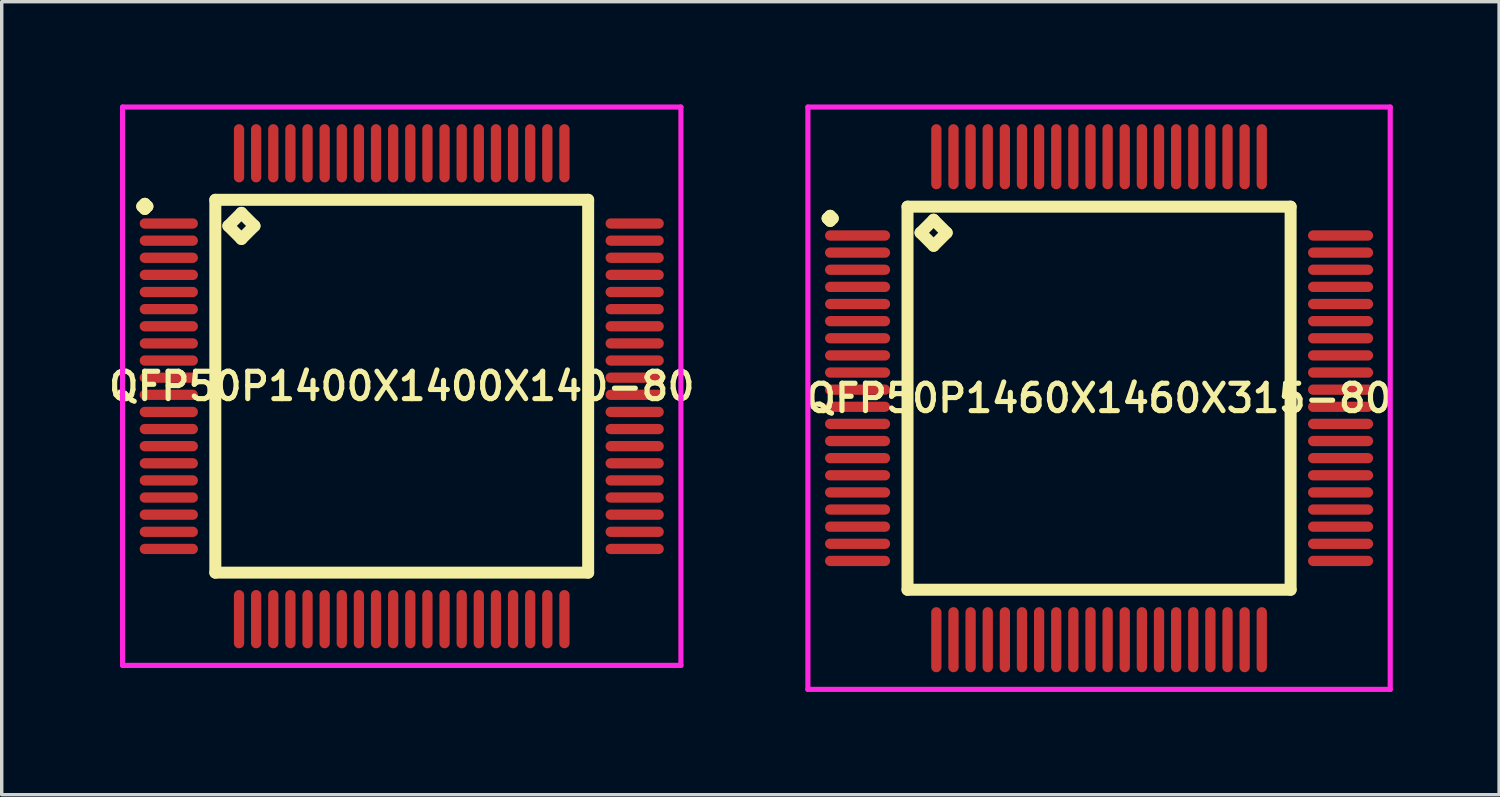
<source format=kicad_pcb>
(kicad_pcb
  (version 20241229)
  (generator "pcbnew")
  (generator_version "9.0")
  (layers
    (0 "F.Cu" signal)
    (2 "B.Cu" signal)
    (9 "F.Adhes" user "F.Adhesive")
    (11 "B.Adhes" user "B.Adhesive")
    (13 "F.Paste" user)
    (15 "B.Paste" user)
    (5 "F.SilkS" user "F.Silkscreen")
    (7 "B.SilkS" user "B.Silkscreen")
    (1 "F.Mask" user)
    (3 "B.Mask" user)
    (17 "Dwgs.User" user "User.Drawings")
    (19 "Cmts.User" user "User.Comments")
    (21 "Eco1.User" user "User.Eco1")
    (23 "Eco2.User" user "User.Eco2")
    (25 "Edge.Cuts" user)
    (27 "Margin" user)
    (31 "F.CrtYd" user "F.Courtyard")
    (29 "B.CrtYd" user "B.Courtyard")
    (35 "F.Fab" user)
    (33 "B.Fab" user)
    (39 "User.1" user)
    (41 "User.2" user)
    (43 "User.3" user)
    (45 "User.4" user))
  (footprint "QFP50P1400X1400X140-80"
    (layer "F.Cu")
    (at 8.678 8.225)
    (property "Reference" "QFP50P1400X1400X140-80" (at 0 0 0) (layer "F.SilkS") (effects (font (size 0.8 0.8) (thickness 0.15))))
    (attr smd)
    (fp_line (start -7.575 -5.25) (end -7.5 -5.325) (stroke (width 0.35) (type solid)) (layer "F.SilkS"))
    (fp_line (start -7.5 -5.325) (end -7.425 -5.25) (stroke (width 0.35) (type solid)) (layer "F.SilkS"))
    (fp_line (start -7.5 -5.175) (end -7.575 -5.25) (stroke (width 0.35) (type solid)) (layer "F.SilkS"))
    (fp_line (start -7.425 -5.25) (end -7.5 -5.175) (stroke (width 0.35) (type solid)) (layer "F.SilkS"))
    (fp_line (start -5.442 -5.442) (end -5.442 5.442) (stroke (width 0.35) (type solid)) (layer "F.SilkS"))
    (fp_line (start -5.442 5.442) (end 5.442 5.442) (stroke (width 0.35) (type solid)) (layer "F.SilkS"))
    (fp_line (start -5.061 -4.68) (end -4.68 -5.061) (stroke (width 0.35) (type solid)) (layer "F.SilkS"))
    (fp_line (start -4.68 -5.061) (end -4.299 -4.68) (stroke (width 0.35) (type solid)) (layer "F.SilkS"))
    (fp_line (start -4.68 -4.299) (end -5.061 -4.68) (stroke (width 0.35) (type solid)) (layer "F.SilkS"))
    (fp_line (start -4.299 -4.68) (end -4.68 -4.299) (stroke (width 0.35) (type solid)) (layer "F.SilkS"))
    (fp_line (start 5.442 -5.442) (end -5.442 -5.442) (stroke (width 0.35) (type solid)) (layer "F.SilkS"))
    (fp_line (start 5.442 5.442) (end 5.442 -5.442) (stroke (width 0.35) (type solid)) (layer "F.SilkS"))
    (fp_line (start -8.15 -8.15) (end 8.15 -8.15) (stroke (width 0.15) (type solid)) (layer "F.CrtYd"))
    (fp_line (start -8.15 8.15) (end -8.15 -8.15) (stroke (width 0.15) (type solid)) (layer "F.CrtYd"))
    (fp_line (start 8.15 -8.15) (end 8.15 8.15) (stroke (width 0.15) (type solid)) (layer "F.CrtYd"))
    (fp_line (start 8.15 8.15) (end -8.15 8.15) (stroke (width 0.15) (type solid)) (layer "F.CrtYd"))
    (pad "1" smd oval (at -6.8 -4.75) (size 1.7 0.3) (layers "F.Cu" "F.Mask" "F.Paste"))
    (pad "2" smd oval (at -6.8 -4.25) (size 1.7 0.3) (layers "F.Cu" "F.Mask" "F.Paste"))
    (pad "3" smd oval (at -6.8 -3.75) (size 1.7 0.3) (layers "F.Cu" "F.Mask" "F.Paste"))
    (pad "4" smd oval (at -6.8 -3.25) (size 1.7 0.3) (layers "F.Cu" "F.Mask" "F.Paste"))
    (pad "5" smd oval (at -6.8 -2.75) (size 1.7 0.3) (layers "F.Cu" "F.Mask" "F.Paste"))
    (pad "6" smd oval (at -6.8 -2.25) (size 1.7 0.3) (layers "F.Cu" "F.Mask" "F.Paste"))
    (pad "7" smd oval (at -6.8 -1.75) (size 1.7 0.3) (layers "F.Cu" "F.Mask" "F.Paste"))
    (pad "8" smd oval (at -6.8 -1.25) (size 1.7 0.3) (layers "F.Cu" "F.Mask" "F.Paste"))
    (pad "9" smd oval (at -6.8 -0.75) (size 1.7 0.3) (layers "F.Cu" "F.Mask" "F.Paste"))
    (pad "10" smd oval (at -6.8 -0.25) (size 1.7 0.3) (layers "F.Cu" "F.Mask" "F.Paste"))
    (pad "11" smd oval (at -6.8 0.25) (size 1.7 0.3) (layers "F.Cu" "F.Mask" "F.Paste"))
    (pad "12" smd oval (at -6.8 0.75) (size 1.7 0.3) (layers "F.Cu" "F.Mask" "F.Paste"))
    (pad "13" smd oval (at -6.8 1.25) (size 1.7 0.3) (layers "F.Cu" "F.Mask" "F.Paste"))
    (pad "14" smd oval (at -6.8 1.75) (size 1.7 0.3) (layers "F.Cu" "F.Mask" "F.Paste"))
    (pad "15" smd oval (at -6.8 2.25) (size 1.7 0.3) (layers "F.Cu" "F.Mask" "F.Paste"))
    (pad "16" smd oval (at -6.8 2.75) (size 1.7 0.3) (layers "F.Cu" "F.Mask" "F.Paste"))
    (pad "17" smd oval (at -6.8 3.25) (size 1.7 0.3) (layers "F.Cu" "F.Mask" "F.Paste"))
    (pad "18" smd oval (at -6.8 3.75) (size 1.7 0.3) (layers "F.Cu" "F.Mask" "F.Paste"))
    (pad "19" smd oval (at -6.8 4.25) (size 1.7 0.3) (layers "F.Cu" "F.Mask" "F.Paste"))
    (pad "20" smd oval (at -6.8 4.75) (size 1.7 0.3) (layers "F.Cu" "F.Mask" "F.Paste"))
    (pad "21" smd oval (at -4.75 6.8) (size 0.3 1.7) (layers "F.Cu" "F.Mask" "F.Paste"))
    (pad "22" smd oval (at -4.25 6.8) (size 0.3 1.7) (layers "F.Cu" "F.Mask" "F.Paste"))
    (pad "23" smd oval (at -3.75 6.8) (size 0.3 1.7) (layers "F.Cu" "F.Mask" "F.Paste"))
    (pad "24" smd oval (at -3.25 6.8) (size 0.3 1.7) (layers "F.Cu" "F.Mask" "F.Paste"))
    (pad "25" smd oval (at -2.75 6.8) (size 0.3 1.7) (layers "F.Cu" "F.Mask" "F.Paste"))
    (pad "26" smd oval (at -2.25 6.8) (size 0.3 1.7) (layers "F.Cu" "F.Mask" "F.Paste"))
    (pad "27" smd oval (at -1.75 6.8) (size 0.3 1.7) (layers "F.Cu" "F.Mask" "F.Paste"))
    (pad "28" smd oval (at -1.25 6.8) (size 0.3 1.7) (layers "F.Cu" "F.Mask" "F.Paste"))
    (pad "29" smd oval (at -0.75 6.8) (size 0.3 1.7) (layers "F.Cu" "F.Mask" "F.Paste"))
    (pad "30" smd oval (at -0.25 6.8) (size 0.3 1.7) (layers "F.Cu" "F.Mask" "F.Paste"))
    (pad "31" smd oval (at 0.25 6.8) (size 0.3 1.7) (layers "F.Cu" "F.Mask" "F.Paste"))
    (pad "32" smd oval (at 0.75 6.8) (size 0.3 1.7) (layers "F.Cu" "F.Mask" "F.Paste"))
    (pad "33" smd oval (at 1.25 6.8) (size 0.3 1.7) (layers "F.Cu" "F.Mask" "F.Paste"))
    (pad "34" smd oval (at 1.75 6.8) (size 0.3 1.7) (layers "F.Cu" "F.Mask" "F.Paste"))
    (pad "35" smd oval (at 2.25 6.8) (size 0.3 1.7) (layers "F.Cu" "F.Mask" "F.Paste"))
    (pad "36" smd oval (at 2.75 6.8) (size 0.3 1.7) (layers "F.Cu" "F.Mask" "F.Paste"))
    (pad "37" smd oval (at 3.25 6.8) (size 0.3 1.7) (layers "F.Cu" "F.Mask" "F.Paste"))
    (pad "38" smd oval (at 3.75 6.8) (size 0.3 1.7) (layers "F.Cu" "F.Mask" "F.Paste"))
    (pad "39" smd oval (at 4.25 6.8) (size 0.3 1.7) (layers "F.Cu" "F.Mask" "F.Paste"))
    (pad "40" smd oval (at 4.75 6.8) (size 0.3 1.7) (layers "F.Cu" "F.Mask" "F.Paste"))
    (pad "41" smd oval (at 6.8 4.75) (size 1.7 0.3) (layers "F.Cu" "F.Mask" "F.Paste"))
    (pad "42" smd oval (at 6.8 4.25) (size 1.7 0.3) (layers "F.Cu" "F.Mask" "F.Paste"))
    (pad "43" smd oval (at 6.8 3.75) (size 1.7 0.3) (layers "F.Cu" "F.Mask" "F.Paste"))
    (pad "44" smd oval (at 6.8 3.25) (size 1.7 0.3) (layers "F.Cu" "F.Mask" "F.Paste"))
    (pad "45" smd oval (at 6.8 2.75) (size 1.7 0.3) (layers "F.Cu" "F.Mask" "F.Paste"))
    (pad "46" smd oval (at 6.8 2.25) (size 1.7 0.3) (layers "F.Cu" "F.Mask" "F.Paste"))
    (pad "47" smd oval (at 6.8 1.75) (size 1.7 0.3) (layers "F.Cu" "F.Mask" "F.Paste"))
    (pad "48" smd oval (at 6.8 1.25) (size 1.7 0.3) (layers "F.Cu" "F.Mask" "F.Paste"))
    (pad "49" smd oval (at 6.8 0.75) (size 1.7 0.3) (layers "F.Cu" "F.Mask" "F.Paste"))
    (pad "50" smd oval (at 6.8 0.25) (size 1.7 0.3) (layers "F.Cu" "F.Mask" "F.Paste"))
    (pad "51" smd oval (at 6.8 -0.25) (size 1.7 0.3) (layers "F.Cu" "F.Mask" "F.Paste"))
    (pad "52" smd oval (at 6.8 -0.75) (size 1.7 0.3) (layers "F.Cu" "F.Mask" "F.Paste"))
    (pad "53" smd oval (at 6.8 -1.25) (size 1.7 0.3) (layers "F.Cu" "F.Mask" "F.Paste"))
    (pad "54" smd oval (at 6.8 -1.75) (size 1.7 0.3) (layers "F.Cu" "F.Mask" "F.Paste"))
    (pad "55" smd oval (at 6.8 -2.25) (size 1.7 0.3) (layers "F.Cu" "F.Mask" "F.Paste"))
    (pad "56" smd oval (at 6.8 -2.75) (size 1.7 0.3) (layers "F.Cu" "F.Mask" "F.Paste"))
    (pad "57" smd oval (at 6.8 -3.25) (size 1.7 0.3) (layers "F.Cu" "F.Mask" "F.Paste"))
    (pad "58" smd oval (at 6.8 -3.75) (size 1.7 0.3) (layers "F.Cu" "F.Mask" "F.Paste"))
    (pad "59" smd oval (at 6.8 -4.25) (size 1.7 0.3) (layers "F.Cu" "F.Mask" "F.Paste"))
    (pad "60" smd oval (at 6.8 -4.75) (size 1.7 0.3) (layers "F.Cu" "F.Mask" "F.Paste"))
    (pad "61" smd oval (at 4.75 -6.8) (size 0.3 1.7) (layers "F.Cu" "F.Mask" "F.Paste"))
    (pad "62" smd oval (at 4.25 -6.8) (size 0.3 1.7) (layers "F.Cu" "F.Mask" "F.Paste"))
    (pad "63" smd oval (at 3.75 -6.8) (size 0.3 1.7) (layers "F.Cu" "F.Mask" "F.Paste"))
    (pad "64" smd oval (at 3.25 -6.8) (size 0.3 1.7) (layers "F.Cu" "F.Mask" "F.Paste"))
    (pad "65" smd oval (at 2.75 -6.8) (size 0.3 1.7) (layers "F.Cu" "F.Mask" "F.Paste"))
    (pad "66" smd oval (at 2.25 -6.8) (size 0.3 1.7) (layers "F.Cu" "F.Mask" "F.Paste"))
    (pad "67" smd oval (at 1.75 -6.8) (size 0.3 1.7) (layers "F.Cu" "F.Mask" "F.Paste"))
    (pad "68" smd oval (at 1.25 -6.8) (size 0.3 1.7) (layers "F.Cu" "F.Mask" "F.Paste"))
    (pad "69" smd oval (at 0.75 -6.8) (size 0.3 1.7) (layers "F.Cu" "F.Mask" "F.Paste"))
    (pad "70" smd oval (at 0.25 -6.8) (size 0.3 1.7) (layers "F.Cu" "F.Mask" "F.Paste"))
    (pad "71" smd oval (at -0.25 -6.8) (size 0.3 1.7) (layers "F.Cu" "F.Mask" "F.Paste"))
    (pad "72" smd oval (at -0.75 -6.8) (size 0.3 1.7) (layers "F.Cu" "F.Mask" "F.Paste"))
    (pad "73" smd oval (at -1.25 -6.8) (size 0.3 1.7) (layers "F.Cu" "F.Mask" "F.Paste"))
    (pad "74" smd oval (at -1.75 -6.8) (size 0.3 1.7) (layers "F.Cu" "F.Mask" "F.Paste"))
    (pad "75" smd oval (at -2.25 -6.8) (size 0.3 1.7) (layers "F.Cu" "F.Mask" "F.Paste"))
    (pad "76" smd oval (at -2.75 -6.8) (size 0.3 1.7) (layers "F.Cu" "F.Mask" "F.Paste"))
    (pad "77" smd oval (at -3.25 -6.8) (size 0.3 1.7) (layers "F.Cu" "F.Mask" "F.Paste"))
    (pad "78" smd oval (at -3.75 -6.8) (size 0.3 1.7) (layers "F.Cu" "F.Mask" "F.Paste"))
    (pad "79" smd oval (at -4.25 -6.8) (size 0.3 1.7) (layers "F.Cu" "F.Mask" "F.Paste"))
    (pad "80" smd oval (at -4.75 -6.8) (size 0.3 1.7) (layers "F.Cu" "F.Mask" "F.Paste")))
  (footprint "QFP50P1460X1460X315-80"
    (layer "F.Cu")
    (at 29.035 8.575)
    (property "Reference" "QFP50P1460X1460X315-80" (at 0 0 0) (layer "F.SilkS") (effects (font (size 0.8 0.8) (thickness 0.15))))
    (attr smd)
    (fp_line (start -7.925 -5.25) (end -7.85 -5.325) (stroke (width 0.35) (type solid)) (layer "F.SilkS"))
    (fp_line (start -7.85 -5.325) (end -7.775 -5.25) (stroke (width 0.35) (type solid)) (layer "F.SilkS"))
    (fp_line (start -7.85 -5.175) (end -7.925 -5.25) (stroke (width 0.35) (type solid)) (layer "F.SilkS"))
    (fp_line (start -7.775 -5.25) (end -7.85 -5.175) (stroke (width 0.35) (type solid)) (layer "F.SilkS"))
    (fp_line (start -5.592 -5.592) (end -5.592 5.592) (stroke (width 0.35) (type solid)) (layer "F.SilkS"))
    (fp_line (start -5.592 5.592) (end 5.592 5.592) (stroke (width 0.35) (type solid)) (layer "F.SilkS"))
    (fp_line (start -5.211 -4.83) (end -4.83 -5.211) (stroke (width 0.35) (type solid)) (layer "F.SilkS"))
    (fp_line (start -4.83 -5.211) (end -4.449 -4.83) (stroke (width 0.35) (type solid)) (layer "F.SilkS"))
    (fp_line (start -4.83 -4.449) (end -5.211 -4.83) (stroke (width 0.35) (type solid)) (layer "F.SilkS"))
    (fp_line (start -4.449 -4.83) (end -4.83 -4.449) (stroke (width 0.35) (type solid)) (layer "F.SilkS"))
    (fp_line (start 5.592 -5.592) (end -5.592 -5.592) (stroke (width 0.35) (type solid)) (layer "F.SilkS"))
    (fp_line (start 5.592 5.592) (end 5.592 -5.592) (stroke (width 0.35) (type solid)) (layer "F.SilkS"))
    (fp_line (start -8.5 -8.5) (end 8.5 -8.5) (stroke (width 0.15) (type solid)) (layer "F.CrtYd"))
    (fp_line (start -8.5 8.5) (end -8.5 -8.5) (stroke (width 0.15) (type solid)) (layer "F.CrtYd"))
    (fp_line (start 8.5 -8.5) (end 8.5 8.5) (stroke (width 0.15) (type solid)) (layer "F.CrtYd"))
    (fp_line (start 8.5 8.5) (end -8.5 8.5) (stroke (width 0.15) (type solid)) (layer "F.CrtYd"))
    (pad "1" smd oval (at -7.05 -4.75) (size 1.9 0.3) (layers "F.Cu" "F.Mask" "F.Paste"))
    (pad "2" smd oval (at -7.05 -4.25) (size 1.9 0.3) (layers "F.Cu" "F.Mask" "F.Paste"))
    (pad "3" smd oval (at -7.05 -3.75) (size 1.9 0.3) (layers "F.Cu" "F.Mask" "F.Paste"))
    (pad "4" smd oval (at -7.05 -3.25) (size 1.9 0.3) (layers "F.Cu" "F.Mask" "F.Paste"))
    (pad "5" smd oval (at -7.05 -2.75) (size 1.9 0.3) (layers "F.Cu" "F.Mask" "F.Paste"))
    (pad "6" smd oval (at -7.05 -2.25) (size 1.9 0.3) (layers "F.Cu" "F.Mask" "F.Paste"))
    (pad "7" smd oval (at -7.05 -1.75) (size 1.9 0.3) (layers "F.Cu" "F.Mask" "F.Paste"))
    (pad "8" smd oval (at -7.05 -1.25) (size 1.9 0.3) (layers "F.Cu" "F.Mask" "F.Paste"))
    (pad "9" smd oval (at -7.05 -0.75) (size 1.9 0.3) (layers "F.Cu" "F.Mask" "F.Paste"))
    (pad "10" smd oval (at -7.05 -0.25) (size 1.9 0.3) (layers "F.Cu" "F.Mask" "F.Paste"))
    (pad "11" smd oval (at -7.05 0.25) (size 1.9 0.3) (layers "F.Cu" "F.Mask" "F.Paste"))
    (pad "12" smd oval (at -7.05 0.75) (size 1.9 0.3) (layers "F.Cu" "F.Mask" "F.Paste"))
    (pad "13" smd oval (at -7.05 1.25) (size 1.9 0.3) (layers "F.Cu" "F.Mask" "F.Paste"))
    (pad "14" smd oval (at -7.05 1.75) (size 1.9 0.3) (layers "F.Cu" "F.Mask" "F.Paste"))
    (pad "15" smd oval (at -7.05 2.25) (size 1.9 0.3) (layers "F.Cu" "F.Mask" "F.Paste"))
    (pad "16" smd oval (at -7.05 2.75) (size 1.9 0.3) (layers "F.Cu" "F.Mask" "F.Paste"))
    (pad "17" smd oval (at -7.05 3.25) (size 1.9 0.3) (layers "F.Cu" "F.Mask" "F.Paste"))
    (pad "18" smd oval (at -7.05 3.75) (size 1.9 0.3) (layers "F.Cu" "F.Mask" "F.Paste"))
    (pad "19" smd oval (at -7.05 4.25) (size 1.9 0.3) (layers "F.Cu" "F.Mask" "F.Paste"))
    (pad "20" smd oval (at -7.05 4.75) (size 1.9 0.3) (layers "F.Cu" "F.Mask" "F.Paste"))
    (pad "21" smd oval (at -4.75 7.05) (size 0.3 1.9) (layers "F.Cu" "F.Mask" "F.Paste"))
    (pad "22" smd oval (at -4.25 7.05) (size 0.3 1.9) (layers "F.Cu" "F.Mask" "F.Paste"))
    (pad "23" smd oval (at -3.75 7.05) (size 0.3 1.9) (layers "F.Cu" "F.Mask" "F.Paste"))
    (pad "24" smd oval (at -3.25 7.05) (size 0.3 1.9) (layers "F.Cu" "F.Mask" "F.Paste"))
    (pad "25" smd oval (at -2.75 7.05) (size 0.3 1.9) (layers "F.Cu" "F.Mask" "F.Paste"))
    (pad "26" smd oval (at -2.25 7.05) (size 0.3 1.9) (layers "F.Cu" "F.Mask" "F.Paste"))
    (pad "27" smd oval (at -1.75 7.05) (size 0.3 1.9) (layers "F.Cu" "F.Mask" "F.Paste"))
    (pad "28" smd oval (at -1.25 7.05) (size 0.3 1.9) (layers "F.Cu" "F.Mask" "F.Paste"))
    (pad "29" smd oval (at -0.75 7.05) (size 0.3 1.9) (layers "F.Cu" "F.Mask" "F.Paste"))
    (pad "30" smd oval (at -0.25 7.05) (size 0.3 1.9) (layers "F.Cu" "F.Mask" "F.Paste"))
    (pad "31" smd oval (at 0.25 7.05) (size 0.3 1.9) (layers "F.Cu" "F.Mask" "F.Paste"))
    (pad "32" smd oval (at 0.75 7.05) (size 0.3 1.9) (layers "F.Cu" "F.Mask" "F.Paste"))
    (pad "33" smd oval (at 1.25 7.05) (size 0.3 1.9) (layers "F.Cu" "F.Mask" "F.Paste"))
    (pad "34" smd oval (at 1.75 7.05) (size 0.3 1.9) (layers "F.Cu" "F.Mask" "F.Paste"))
    (pad "35" smd oval (at 2.25 7.05) (size 0.3 1.9) (layers "F.Cu" "F.Mask" "F.Paste"))
    (pad "36" smd oval (at 2.75 7.05) (size 0.3 1.9) (layers "F.Cu" "F.Mask" "F.Paste"))
    (pad "37" smd oval (at 3.25 7.05) (size 0.3 1.9) (layers "F.Cu" "F.Mask" "F.Paste"))
    (pad "38" smd oval (at 3.75 7.05) (size 0.3 1.9) (layers "F.Cu" "F.Mask" "F.Paste"))
    (pad "39" smd oval (at 4.25 7.05) (size 0.3 1.9) (layers "F.Cu" "F.Mask" "F.Paste"))
    (pad "40" smd oval (at 4.75 7.05) (size 0.3 1.9) (layers "F.Cu" "F.Mask" "F.Paste"))
    (pad "41" smd oval (at 7.05 4.75) (size 1.9 0.3) (layers "F.Cu" "F.Mask" "F.Paste"))
    (pad "42" smd oval (at 7.05 4.25) (size 1.9 0.3) (layers "F.Cu" "F.Mask" "F.Paste"))
    (pad "43" smd oval (at 7.05 3.75) (size 1.9 0.3) (layers "F.Cu" "F.Mask" "F.Paste"))
    (pad "44" smd oval (at 7.05 3.25) (size 1.9 0.3) (layers "F.Cu" "F.Mask" "F.Paste"))
    (pad "45" smd oval (at 7.05 2.75) (size 1.9 0.3) (layers "F.Cu" "F.Mask" "F.Paste"))
    (pad "46" smd oval (at 7.05 2.25) (size 1.9 0.3) (layers "F.Cu" "F.Mask" "F.Paste"))
    (pad "47" smd oval (at 7.05 1.75) (size 1.9 0.3) (layers "F.Cu" "F.Mask" "F.Paste"))
    (pad "48" smd oval (at 7.05 1.25) (size 1.9 0.3) (layers "F.Cu" "F.Mask" "F.Paste"))
    (pad "49" smd oval (at 7.05 0.75) (size 1.9 0.3) (layers "F.Cu" "F.Mask" "F.Paste"))
    (pad "50" smd oval (at 7.05 0.25) (size 1.9 0.3) (layers "F.Cu" "F.Mask" "F.Paste"))
    (pad "51" smd oval (at 7.05 -0.25) (size 1.9 0.3) (layers "F.Cu" "F.Mask" "F.Paste"))
    (pad "52" smd oval (at 7.05 -0.75) (size 1.9 0.3) (layers "F.Cu" "F.Mask" "F.Paste"))
    (pad "53" smd oval (at 7.05 -1.25) (size 1.9 0.3) (layers "F.Cu" "F.Mask" "F.Paste"))
    (pad "54" smd oval (at 7.05 -1.75) (size 1.9 0.3) (layers "F.Cu" "F.Mask" "F.Paste"))
    (pad "55" smd oval (at 7.05 -2.25) (size 1.9 0.3) (layers "F.Cu" "F.Mask" "F.Paste"))
    (pad "56" smd oval (at 7.05 -2.75) (size 1.9 0.3) (layers "F.Cu" "F.Mask" "F.Paste"))
    (pad "57" smd oval (at 7.05 -3.25) (size 1.9 0.3) (layers "F.Cu" "F.Mask" "F.Paste"))
    (pad "58" smd oval (at 7.05 -3.75) (size 1.9 0.3) (layers "F.Cu" "F.Mask" "F.Paste"))
    (pad "59" smd oval (at 7.05 -4.25) (size 1.9 0.3) (layers "F.Cu" "F.Mask" "F.Paste"))
    (pad "60" smd oval (at 7.05 -4.75) (size 1.9 0.3) (layers "F.Cu" "F.Mask" "F.Paste"))
    (pad "61" smd oval (at 4.75 -7.05) (size 0.3 1.9) (layers "F.Cu" "F.Mask" "F.Paste"))
    (pad "62" smd oval (at 4.25 -7.05) (size 0.3 1.9) (layers "F.Cu" "F.Mask" "F.Paste"))
    (pad "63" smd oval (at 3.75 -7.05) (size 0.3 1.9) (layers "F.Cu" "F.Mask" "F.Paste"))
    (pad "64" smd oval (at 3.25 -7.05) (size 0.3 1.9) (layers "F.Cu" "F.Mask" "F.Paste"))
    (pad "65" smd oval (at 2.75 -7.05) (size 0.3 1.9) (layers "F.Cu" "F.Mask" "F.Paste"))
    (pad "66" smd oval (at 2.25 -7.05) (size 0.3 1.9) (layers "F.Cu" "F.Mask" "F.Paste"))
    (pad "67" smd oval (at 1.75 -7.05) (size 0.3 1.9) (layers "F.Cu" "F.Mask" "F.Paste"))
    (pad "68" smd oval (at 1.25 -7.05) (size 0.3 1.9) (layers "F.Cu" "F.Mask" "F.Paste"))
    (pad "69" smd oval (at 0.75 -7.05) (size 0.3 1.9) (layers "F.Cu" "F.Mask" "F.Paste"))
    (pad "70" smd oval (at 0.25 -7.05) (size 0.3 1.9) (layers "F.Cu" "F.Mask" "F.Paste"))
    (pad "71" smd oval (at -0.25 -7.05) (size 0.3 1.9) (layers "F.Cu" "F.Mask" "F.Paste"))
    (pad "72" smd oval (at -0.75 -7.05) (size 0.3 1.9) (layers "F.Cu" "F.Mask" "F.Paste"))
    (pad "73" smd oval (at -1.25 -7.05) (size 0.3 1.9) (layers "F.Cu" "F.Mask" "F.Paste"))
    (pad "74" smd oval (at -1.75 -7.05) (size 0.3 1.9) (layers "F.Cu" "F.Mask" "F.Paste"))
    (pad "75" smd oval (at -2.25 -7.05) (size 0.3 1.9) (layers "F.Cu" "F.Mask" "F.Paste"))
    (pad "76" smd oval (at -2.75 -7.05) (size 0.3 1.9) (layers "F.Cu" "F.Mask" "F.Paste"))
    (pad "77" smd oval (at -3.25 -7.05) (size 0.3 1.9) (layers "F.Cu" "F.Mask" "F.Paste"))
    (pad "78" smd oval (at -3.75 -7.05) (size 0.3 1.9) (layers "F.Cu" "F.Mask" "F.Paste"))
    (pad "79" smd oval (at -4.25 -7.05) (size 0.3 1.9) (layers "F.Cu" "F.Mask" "F.Paste"))
    (pad "80" smd oval (at -4.75 -7.05) (size 0.3 1.9) (layers "F.Cu" "F.Mask" "F.Paste")))
  (gr_rect
    (start -3 -3)
    (end 40.713 20.15)
    (stroke (width 0.1) (type default))
    (fill no)
    (layer "Edge.Cuts")))
</source>
